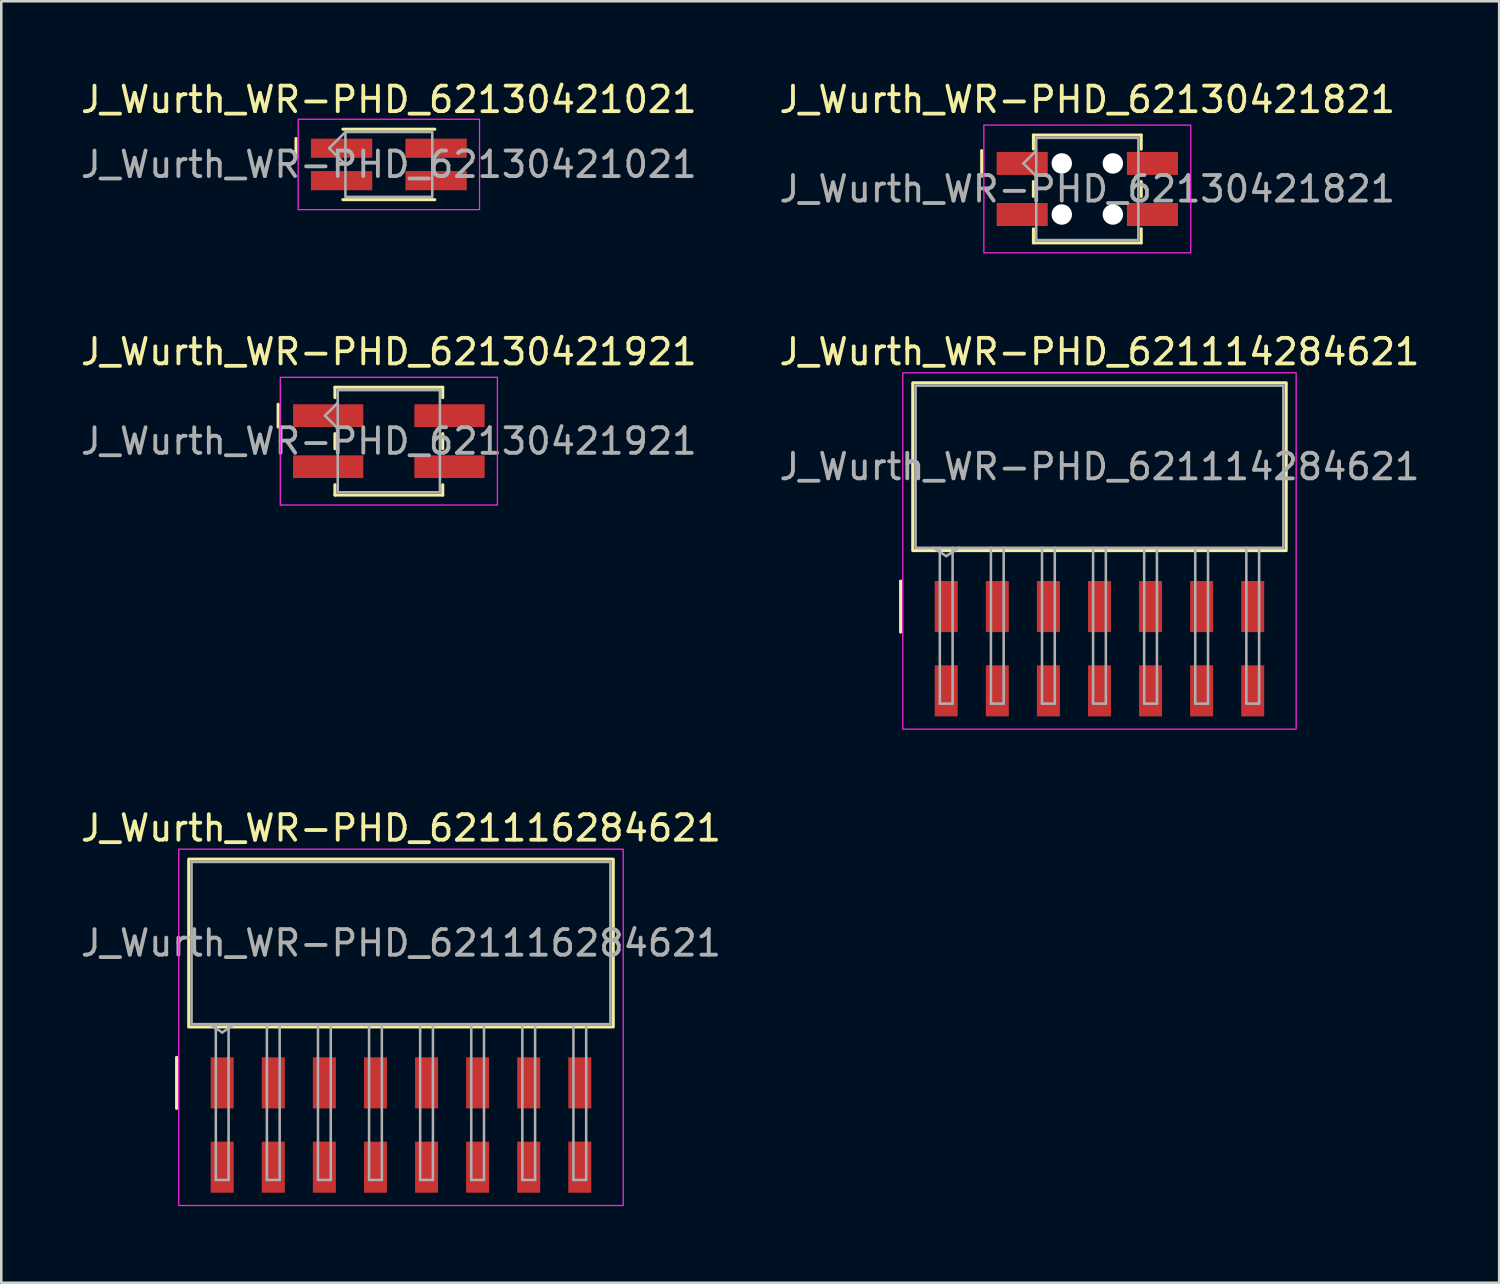
<source format=kicad_pcb>
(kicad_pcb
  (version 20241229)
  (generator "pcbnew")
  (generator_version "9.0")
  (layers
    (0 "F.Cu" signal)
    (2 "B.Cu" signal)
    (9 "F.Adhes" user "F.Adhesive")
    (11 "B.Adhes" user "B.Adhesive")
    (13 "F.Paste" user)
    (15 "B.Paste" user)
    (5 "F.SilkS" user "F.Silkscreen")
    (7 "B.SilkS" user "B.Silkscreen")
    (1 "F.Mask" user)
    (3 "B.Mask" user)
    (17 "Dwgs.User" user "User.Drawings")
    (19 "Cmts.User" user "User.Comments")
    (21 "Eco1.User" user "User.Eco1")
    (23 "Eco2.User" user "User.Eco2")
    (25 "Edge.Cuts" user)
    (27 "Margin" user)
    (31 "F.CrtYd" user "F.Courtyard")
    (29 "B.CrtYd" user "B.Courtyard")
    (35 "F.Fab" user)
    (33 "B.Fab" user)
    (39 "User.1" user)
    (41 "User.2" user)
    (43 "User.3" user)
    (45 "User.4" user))
  (footprint "J_Wurth_WR-PHD_62130421021"
    (layer "F.Cu")
    (at 12.173 3.388)
    (property "Reference" "J_Wurth_WR-PHD_62130421021" (at 0 -2.54 0) (unlocked yes) (layer "F.SilkS") (effects (font (size 1 1) (thickness 0.15))))
    (attr smd)
    (fp_line (start -3.635 -1.015) (end -3.635 -0.255) (stroke (width 0.12) (type solid)) (layer "F.SilkS"))
    (fp_line (start 1.8 -1.38) (end -1.8 -1.38) (stroke (width 0.12) (type solid)) (layer "F.SilkS"))
    (fp_line (start 1.8 1.38) (end -1.8 1.38) (stroke (width 0.12) (type solid)) (layer "F.SilkS"))
    (fp_rect (start -3.55 -1.77) (end 3.55 1.77) (stroke (width 0.05) (type solid)) (fill no) (layer "F.CrtYd"))
    (fp_line (start -2.335 -0.635) (end -1.7 0) (stroke (width 0.1) (type default)) (layer "F.Fab"))
    (fp_line (start -1.7 -1.27) (end -2.335 -0.635) (stroke (width 0.1) (type default)) (layer "F.Fab"))
    (fp_rect (start -1.7 -1.27) (end 1.7 1.27) (stroke (width 0.1) (type solid)) (fill no) (layer "F.Fab"))
    (fp_text user "${REFERENCE}" (at 0 0 0) (unlocked yes) (layer "F.Fab") (effects (font (size 1 1) (thickness 0.15))))
    (pad "1" smd rect (at -1.85 -0.635 270) (size 0.75 2.4) (layers "F.Cu" "F.Mask" "F.Paste"))
    (pad "2" smd rect (at 1.85 -0.635 270) (size 0.75 2.4) (layers "F.Cu" "F.Mask" "F.Paste"))
    (pad "3" smd rect (at -1.85 0.635 270) (size 0.75 2.4) (layers "F.Cu" "F.Mask" "F.Paste"))
    (pad "4" smd rect (at 1.85 0.635 270) (size 0.75 2.4) (layers "F.Cu" "F.Mask" "F.Paste")))
  (footprint "J_Wurth_WR-PHD_62130421821"
    (layer "F.Cu")
    (at 39.518 4.348)
    (property "Reference" "J_Wurth_WR-PHD_62130421821" (at 0 -3.5 0) (unlocked yes) (layer "F.SilkS") (effects (font (size 1 1) (thickness 0.15))))
    (attr smd)
    (fp_line (start -4.135 -1.5) (end -4.135 -0.5) (stroke (width 0.12) (type solid)) (layer "F.SilkS"))
    (fp_line (start -2.11 -2.11) (end -2.11 -1.56) (stroke (width 0.12) (type solid)) (layer "F.SilkS"))
    (fp_line (start -2.11 -0.29) (end -2.11 0.29) (stroke (width 0.12) (type solid)) (layer "F.SilkS"))
    (fp_line (start -2.11 1.56) (end -2.11 2.11) (stroke (width 0.12) (type solid)) (layer "F.SilkS"))
    (fp_line (start -2.11 2.11) (end 2.11 2.11) (stroke (width 0.12) (type solid)) (layer "F.SilkS"))
    (fp_line (start 2.11 -2.11) (end -2.11 -2.11) (stroke (width 0.12) (type solid)) (layer "F.SilkS"))
    (fp_line (start 2.11 -2.11) (end 2.11 -1.56) (stroke (width 0.12) (type solid)) (layer "F.SilkS"))
    (fp_line (start 2.11 -0.29) (end 2.11 0.29) (stroke (width 0.12) (type solid)) (layer "F.SilkS"))
    (fp_line (start 2.11 1.56) (end 2.11 2.11) (stroke (width 0.12) (type solid)) (layer "F.SilkS"))
    (fp_rect (start -4.05 -2.5) (end 4.05 2.5) (stroke (width 0.05) (type solid)) (fill no) (layer "F.CrtYd"))
    (fp_line (start -2.5 -1) (end -2 -0.5) (stroke (width 0.1) (type default)) (layer "F.Fab"))
    (fp_line (start -2 -1.5) (end -2.5 -1) (stroke (width 0.1) (type default)) (layer "F.Fab"))
    (fp_rect (start -2 -2) (end 2 2) (stroke (width 0.1) (type solid)) (fill no) (layer "F.Fab"))
    (fp_text user "${REFERENCE}" (at 0 0 0) (unlocked yes) (layer "F.Fab") (effects (font (size 1 1) (thickness 0.15))))
    (pad "" np_thru_hole circle (at -1 -1 270) (size 0.8 0.8) (drill 0.8) (layers "*.Cu" "*.Mask"))
    (pad "" np_thru_hole circle (at -1 1 270) (size 0.8 0.8) (drill 0.8) (layers "*.Cu" "*.Mask"))
    (pad "" np_thru_hole circle (at 1 -1 270) (size 0.8 0.8) (drill 0.8) (layers "*.Cu" "*.Mask"))
    (pad "" np_thru_hole circle (at 1 1 270) (size 0.8 0.8) (drill 0.8) (layers "*.Cu" "*.Mask"))
    (pad "1" smd rect (at -2.55 -1 270) (size 0.9 2) (layers "F.Cu" "F.Mask" "F.Paste"))
    (pad "2" smd rect (at 2.55 -1 270) (size 0.9 2) (layers "F.Cu" "F.Mask" "F.Paste"))
    (pad "3" smd rect (at -2.55 1 270) (size 0.9 2) (layers "F.Cu" "F.Mask" "F.Paste"))
    (pad "4" smd rect (at 2.55 1 270) (size 0.9 2) (layers "F.Cu" "F.Mask" "F.Paste")))
  (footprint "J_Wurth_WR-PHD_62130421921"
    (layer "F.Cu")
    (at 12.173 14.222)
    (property "Reference" "J_Wurth_WR-PHD_62130421921" (at 0 -3.5 0) (unlocked yes) (layer "F.SilkS") (effects (font (size 1 1) (thickness 0.15))))
    (attr smd)
    (fp_line (start -4.335 -1.445) (end -4.335 -0.555) (stroke (width 0.12) (type solid)) (layer "F.SilkS"))
    (fp_line (start -2.11 -2.11) (end -2.11 -1.705) (stroke (width 0.12) (type solid)) (layer "F.SilkS"))
    (fp_line (start -2.11 -0.295) (end -2.11 0.295) (stroke (width 0.12) (type solid)) (layer "F.SilkS"))
    (fp_line (start -2.11 1.705) (end -2.11 2.11) (stroke (width 0.12) (type solid)) (layer "F.SilkS"))
    (fp_line (start 2.11 -2.11) (end -2.11 -2.11) (stroke (width 0.12) (type solid)) (layer "F.SilkS"))
    (fp_line (start 2.11 -2.11) (end 2.11 -1.705) (stroke (width 0.12) (type solid)) (layer "F.SilkS"))
    (fp_line (start 2.11 -0.295) (end 2.11 0.295) (stroke (width 0.12) (type solid)) (layer "F.SilkS"))
    (fp_line (start 2.11 1.705) (end 2.11 2.11) (stroke (width 0.12) (type solid)) (layer "F.SilkS"))
    (fp_line (start 2.11 2.11) (end -2.11 2.11) (stroke (width 0.12) (type solid)) (layer "F.SilkS"))
    (fp_rect (start -4.25 -2.5) (end 4.25 2.5) (stroke (width 0.05) (type solid)) (fill no) (layer "F.CrtYd"))
    (fp_line (start -2.5 -1) (end -2 -0.5) (stroke (width 0.1) (type default)) (layer "F.Fab"))
    (fp_line (start -2 -1.5) (end -2.5 -1) (stroke (width 0.1) (type default)) (layer "F.Fab"))
    (fp_rect (start -2 -2) (end 2 2) (stroke (width 0.1) (type solid)) (fill no) (layer "F.Fab"))
    (fp_text user "${REFERENCE}" (at 0 0 0) (unlocked yes) (layer "F.Fab") (effects (font (size 1 1) (thickness 0.15))))
    (pad "1" smd rect (at -2.375 -1 270) (size 0.89 2.75) (layers "F.Cu" "F.Mask" "F.Paste"))
    (pad "2" smd rect (at 2.375 -1 270) (size 0.89 2.75) (layers "F.Cu" "F.Mask" "F.Paste"))
    (pad "3" smd rect (at -2.375 1 270) (size 0.89 2.75) (layers "F.Cu" "F.Mask" "F.Paste"))
    (pad "4" smd rect (at 2.375 1 270) (size 0.89 2.75) (layers "F.Cu" "F.Mask" "F.Paste")))
  (footprint "J_Wurth_WR-PHD_621114284621"
    (layer "F.Cu")
    (at 39.994 15.222)
    (property "Reference" "J_Wurth_WR-PHD_621114284621" (at 0 -4.5 0) (unlocked yes) (layer "F.SilkS") (effects (font (size 1 1) (thickness 0.15))))
    (attr smd)
    (fp_line (start -7.785 6.475) (end -7.785 4.475) (stroke (width 0.12) (type solid)) (layer "F.SilkS"))
    (fp_rect (start -7.31 -3.285) (end 7.31 3.285) (stroke (width 0.12) (type solid)) (fill no) (layer "F.SilkS"))
    (fp_rect (start -7.7 -3.675) (end 7.7 10.275) (stroke (width 0.05) (type solid)) (fill no) (layer "F.CrtYd"))
    (fp_line (start -6.25 3.175) (end -6.25 9.275) (stroke (width 0.1) (type solid)) (layer "F.Fab"))
    (fp_line (start -6.25 9.275) (end -5.75 9.275) (stroke (width 0.1) (type default)) (layer "F.Fab"))
    (fp_line (start -6 3.5) (end -6.5 3.175) (stroke (width 0.1) (type default)) (layer "F.Fab"))
    (fp_line (start -5.75 3.175) (end -5.75 9.275) (stroke (width 0.1) (type solid)) (layer "F.Fab"))
    (fp_line (start -5.5 3.175) (end -6 3.5) (stroke (width 0.1) (type default)) (layer "F.Fab"))
    (fp_line (start -4.25 3.175) (end -4.25 9.275) (stroke (width 0.1) (type solid)) (layer "F.Fab"))
    (fp_line (start -4.25 9.275) (end -3.75 9.275) (stroke (width 0.1) (type default)) (layer "F.Fab"))
    (fp_line (start -3.75 3.175) (end -3.75 9.275) (stroke (width 0.1) (type solid)) (layer "F.Fab"))
    (fp_line (start -2.25 3.175) (end -2.25 9.275) (stroke (width 0.1) (type solid)) (layer "F.Fab"))
    (fp_line (start -2.25 9.275) (end -1.75 9.275) (stroke (width 0.1) (type default)) (layer "F.Fab"))
    (fp_line (start -1.75 3.175) (end -1.75 9.275) (stroke (width 0.1) (type solid)) (layer "F.Fab"))
    (fp_line (start -0.25 3.175) (end -0.25 9.275) (stroke (width 0.1) (type solid)) (layer "F.Fab"))
    (fp_line (start -0.25 9.275) (end 0.25 9.275) (stroke (width 0.1) (type default)) (layer "F.Fab"))
    (fp_line (start 0.25 3.175) (end 0.25 9.275) (stroke (width 0.1) (type solid)) (layer "F.Fab"))
    (fp_line (start 1.75 3.175) (end 1.75 9.275) (stroke (width 0.1) (type solid)) (layer "F.Fab"))
    (fp_line (start 1.75 9.275) (end 2.25 9.275) (stroke (width 0.1) (type default)) (layer "F.Fab"))
    (fp_line (start 2.25 3.175) (end 2.25 9.275) (stroke (width 0.1) (type solid)) (layer "F.Fab"))
    (fp_line (start 3.75 3.175) (end 3.75 9.275) (stroke (width 0.1) (type solid)) (layer "F.Fab"))
    (fp_line (start 3.75 9.275) (end 4.25 9.275) (stroke (width 0.1) (type default)) (layer "F.Fab"))
    (fp_line (start 4.25 3.175) (end 4.25 9.275) (stroke (width 0.1) (type solid)) (layer "F.Fab"))
    (fp_line (start 5.75 3.175) (end 5.75 9.275) (stroke (width 0.1) (type solid)) (layer "F.Fab"))
    (fp_line (start 5.75 9.275) (end 6.25 9.275) (stroke (width 0.1) (type default)) (layer "F.Fab"))
    (fp_line (start 6.25 3.175) (end 6.25 9.275) (stroke (width 0.1) (type solid)) (layer "F.Fab"))
    (fp_rect (start -7.2 -3.175) (end 7.2 3.175) (stroke (width 0.1) (type solid)) (fill no) (layer "F.Fab"))
    (fp_text user "${REFERENCE}" (at 0 0 0) (unlocked yes) (layer "F.Fab") (effects (font (size 1 1) (thickness 0.15))))
    (pad "1" smd rect (at -6 5.475 180) (size 0.9 2) (layers "F.Cu" "F.Mask" "F.Paste"))
    (pad "2" smd rect (at -6 8.775 180) (size 0.9 2) (layers "F.Cu" "F.Mask" "F.Paste"))
    (pad "3" smd rect (at -4 5.475 180) (size 0.9 2) (layers "F.Cu" "F.Mask" "F.Paste"))
    (pad "4" smd rect (at -4 8.775 180) (size 0.9 2) (layers "F.Cu" "F.Mask" "F.Paste"))
    (pad "5" smd rect (at -2 5.475 180) (size 0.9 2) (layers "F.Cu" "F.Mask" "F.Paste"))
    (pad "6" smd rect (at -2 8.775 180) (size 0.9 2) (layers "F.Cu" "F.Mask" "F.Paste"))
    (pad "7" smd rect (at 0 5.475 180) (size 0.9 2) (layers "F.Cu" "F.Mask" "F.Paste"))
    (pad "8" smd rect (at 0 8.775 180) (size 0.9 2) (layers "F.Cu" "F.Mask" "F.Paste"))
    (pad "9" smd rect (at 2 5.475 180) (size 0.9 2) (layers "F.Cu" "F.Mask" "F.Paste"))
    (pad "10" smd rect (at 2 8.775 180) (size 0.9 2) (layers "F.Cu" "F.Mask" "F.Paste"))
    (pad "11" smd rect (at 4 5.475 180) (size 0.9 2) (layers "F.Cu" "F.Mask" "F.Paste"))
    (pad "12" smd rect (at 4 8.775 180) (size 0.9 2) (layers "F.Cu" "F.Mask" "F.Paste"))
    (pad "13" smd rect (at 6 5.475 180) (size 0.9 2) (layers "F.Cu" "F.Mask" "F.Paste"))
    (pad "14" smd rect (at 6 8.775 180) (size 0.9 2) (layers "F.Cu" "F.Mask" "F.Paste")))
  (footprint "J_Wurth_WR-PHD_621116284621"
    (layer "F.Cu")
    (at 12.649 33.87)
    (property "Reference" "J_Wurth_WR-PHD_621116284621" (at 0 -4.5 0) (unlocked yes) (layer "F.SilkS") (effects (font (size 1 1) (thickness 0.15))))
    (attr smd)
    (fp_line (start -8.785 6.475) (end -8.785 4.475) (stroke (width 0.12) (type solid)) (layer "F.SilkS"))
    (fp_rect (start -8.31 -3.285) (end 8.31 3.285) (stroke (width 0.12) (type solid)) (fill no) (layer "F.SilkS"))
    (fp_rect (start -8.7 -3.675) (end 8.7 10.275) (stroke (width 0.05) (type solid)) (fill no) (layer "F.CrtYd"))
    (fp_line (start -7.25 3.175) (end -7.25 9.275) (stroke (width 0.1) (type solid)) (layer "F.Fab"))
    (fp_line (start -7.25 9.275) (end -6.75 9.275) (stroke (width 0.1) (type default)) (layer "F.Fab"))
    (fp_line (start -7 3.5) (end -7.5 3.175) (stroke (width 0.1) (type default)) (layer "F.Fab"))
    (fp_line (start -6.75 3.175) (end -6.75 9.275) (stroke (width 0.1) (type solid)) (layer "F.Fab"))
    (fp_line (start -6.5 3.175) (end -7 3.5) (stroke (width 0.1) (type default)) (layer "F.Fab"))
    (fp_line (start -5.25 3.175) (end -5.25 9.275) (stroke (width 0.1) (type solid)) (layer "F.Fab"))
    (fp_line (start -5.25 9.275) (end -4.75 9.275) (stroke (width 0.1) (type default)) (layer "F.Fab"))
    (fp_line (start -4.75 3.175) (end -4.75 9.275) (stroke (width 0.1) (type solid)) (layer "F.Fab"))
    (fp_line (start -3.25 3.175) (end -3.25 9.275) (stroke (width 0.1) (type solid)) (layer "F.Fab"))
    (fp_line (start -3.25 9.275) (end -2.75 9.275) (stroke (width 0.1) (type default)) (layer "F.Fab"))
    (fp_line (start -2.75 3.175) (end -2.75 9.275) (stroke (width 0.1) (type solid)) (layer "F.Fab"))
    (fp_line (start -1.25 3.175) (end -1.25 9.275) (stroke (width 0.1) (type solid)) (layer "F.Fab"))
    (fp_line (start -1.25 9.275) (end -0.75 9.275) (stroke (width 0.1) (type default)) (layer "F.Fab"))
    (fp_line (start -0.75 3.175) (end -0.75 9.275) (stroke (width 0.1) (type solid)) (layer "F.Fab"))
    (fp_line (start 0.75 3.175) (end 0.75 9.275) (stroke (width 0.1) (type solid)) (layer "F.Fab"))
    (fp_line (start 0.75 9.275) (end 1.25 9.275) (stroke (width 0.1) (type default)) (layer "F.Fab"))
    (fp_line (start 1.25 3.175) (end 1.25 9.275) (stroke (width 0.1) (type solid)) (layer "F.Fab"))
    (fp_line (start 2.75 3.175) (end 2.75 9.275) (stroke (width 0.1) (type solid)) (layer "F.Fab"))
    (fp_line (start 2.75 9.275) (end 3.25 9.275) (stroke (width 0.1) (type default)) (layer "F.Fab"))
    (fp_line (start 3.25 3.175) (end 3.25 9.275) (stroke (width 0.1) (type solid)) (layer "F.Fab"))
    (fp_line (start 4.75 3.175) (end 4.75 9.275) (stroke (width 0.1) (type solid)) (layer "F.Fab"))
    (fp_line (start 4.75 9.275) (end 5.25 9.275) (stroke (width 0.1) (type default)) (layer "F.Fab"))
    (fp_line (start 5.25 3.175) (end 5.25 9.275) (stroke (width 0.1) (type solid)) (layer "F.Fab"))
    (fp_line (start 6.75 3.175) (end 6.75 9.275) (stroke (width 0.1) (type solid)) (layer "F.Fab"))
    (fp_line (start 6.75 9.275) (end 7.25 9.275) (stroke (width 0.1) (type default)) (layer "F.Fab"))
    (fp_line (start 7.25 3.175) (end 7.25 9.275) (stroke (width 0.1) (type solid)) (layer "F.Fab"))
    (fp_rect (start -8.2 -3.175) (end 8.2 3.175) (stroke (width 0.1) (type solid)) (fill no) (layer "F.Fab"))
    (fp_text user "${REFERENCE}" (at 0 0 0) (unlocked yes) (layer "F.Fab") (effects (font (size 1 1) (thickness 0.15))))
    (pad "1" smd rect (at -7 5.475 180) (size 0.9 2) (layers "F.Cu" "F.Mask" "F.Paste"))
    (pad "2" smd rect (at -7 8.775 180) (size 0.9 2) (layers "F.Cu" "F.Mask" "F.Paste"))
    (pad "3" smd rect (at -5 5.475 180) (size 0.9 2) (layers "F.Cu" "F.Mask" "F.Paste"))
    (pad "4" smd rect (at -5 8.775 180) (size 0.9 2) (layers "F.Cu" "F.Mask" "F.Paste"))
    (pad "5" smd rect (at -3 5.475 180) (size 0.9 2) (layers "F.Cu" "F.Mask" "F.Paste"))
    (pad "6" smd rect (at -3 8.775 180) (size 0.9 2) (layers "F.Cu" "F.Mask" "F.Paste"))
    (pad "7" smd rect (at -1 5.475 180) (size 0.9 2) (layers "F.Cu" "F.Mask" "F.Paste"))
    (pad "8" smd rect (at -1 8.775 180) (size 0.9 2) (layers "F.Cu" "F.Mask" "F.Paste"))
    (pad "9" smd rect (at 1 5.475 180) (size 0.9 2) (layers "F.Cu" "F.Mask" "F.Paste"))
    (pad "10" smd rect (at 1 8.775 180) (size 0.9 2) (layers "F.Cu" "F.Mask" "F.Paste"))
    (pad "11" smd rect (at 3 5.475 180) (size 0.9 2) (layers "F.Cu" "F.Mask" "F.Paste"))
    (pad "12" smd rect (at 3 8.775 180) (size 0.9 2) (layers "F.Cu" "F.Mask" "F.Paste"))
    (pad "13" smd rect (at 5 5.475 180) (size 0.9 2) (layers "F.Cu" "F.Mask" "F.Paste"))
    (pad "14" smd rect (at 5 8.775 180) (size 0.9 2) (layers "F.Cu" "F.Mask" "F.Paste"))
    (pad "15" smd rect (at 7 5.475 180) (size 0.9 2) (layers "F.Cu" "F.Mask" "F.Paste"))
    (pad "16" smd rect (at 7 8.775 180) (size 0.9 2) (layers "F.Cu" "F.Mask" "F.Paste")))
  (gr_rect
    (start -3 -3)
    (end 55.643 47.17)
    (stroke (width 0.1) (type default))
    (fill no)
    (layer "Edge.Cuts")))
</source>
